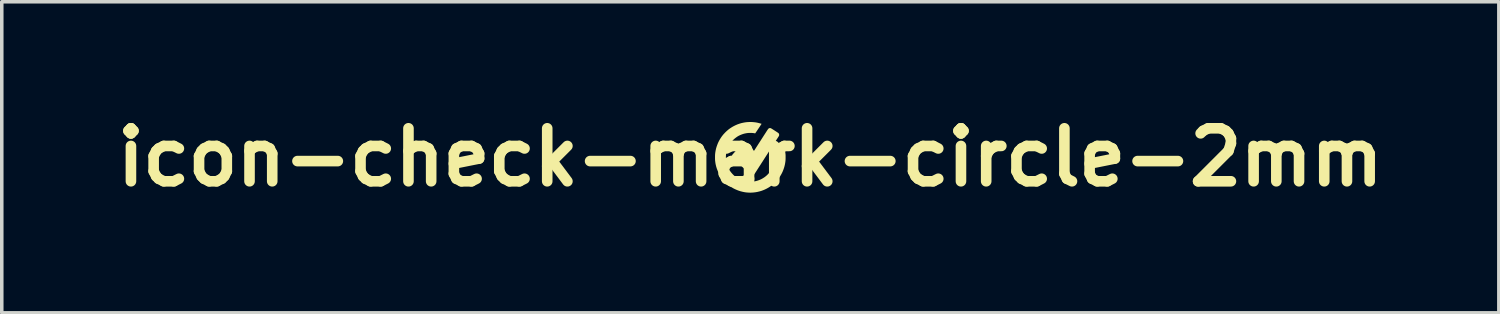
<source format=kicad_pcb>
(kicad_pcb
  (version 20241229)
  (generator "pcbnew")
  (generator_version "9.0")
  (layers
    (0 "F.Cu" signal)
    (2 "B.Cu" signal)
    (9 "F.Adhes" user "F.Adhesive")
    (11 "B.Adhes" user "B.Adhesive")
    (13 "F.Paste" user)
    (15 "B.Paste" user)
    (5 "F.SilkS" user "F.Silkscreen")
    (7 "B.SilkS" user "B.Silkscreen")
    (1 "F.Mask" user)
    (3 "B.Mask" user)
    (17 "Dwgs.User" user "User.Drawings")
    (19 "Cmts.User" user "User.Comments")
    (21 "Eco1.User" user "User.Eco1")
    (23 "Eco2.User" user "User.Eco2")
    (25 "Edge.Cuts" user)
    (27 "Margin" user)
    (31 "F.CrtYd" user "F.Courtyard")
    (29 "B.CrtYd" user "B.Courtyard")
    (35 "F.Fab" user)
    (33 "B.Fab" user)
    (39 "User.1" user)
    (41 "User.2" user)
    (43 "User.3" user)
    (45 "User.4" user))
  (footprint "icon-check-mark-circle-2mm"
    (layer "F.Cu")
    (at 18.193 1.404)
    (property "Reference" "icon-check-mark-circle-2mm" (at 0 0 0) (layer "F.SilkS") (effects (font (size 1.5 1.5) (thickness 0.3))))
    (attr board_only exclude_from_pos_files exclude_from_bom)
    (fp_poly (pts (xy 0.573 -0.826) (xy 0.584 -0.823) (xy 0.587 -0.821) (xy 0.592 -0.818) (xy 0.599 -0.814) (xy 0.608 -0.808) (xy 0.619 -0.802) (xy 0.631 -0.794) (xy 0.644 -0.786) (xy 0.658 -0.777) (xy 0.672 -0.768) (xy 0.687 -0.759) (xy 0.701 -0.749) (xy 0.716 -0.74) (xy 0.73 -0.731) (xy 0.743 -0.722) (xy 0.756 -0.714) (xy 0.767 -0.706) (xy 0.777 -0.7) (xy 0.785 -0.695) (xy 0.791 -0.69) (xy 0.795 -0.687) (xy 0.796 -0.686) (xy 0.805 -0.676) (xy 0.812 -0.663) (xy 0.814 -0.658) (xy 0.816 -0.647) (xy 0.817 -0.636) (xy 0.816 -0.624) (xy 0.814 -0.613) (xy 0.81 -0.604) (xy 0.809 -0.601) (xy 0.807 -0.599) (xy 0.805 -0.595) (xy 0.801 -0.589) (xy 0.795 -0.58) (xy 0.788 -0.57) (xy 0.781 -0.557) (xy 0.771 -0.543) (xy 0.761 -0.527) (xy 0.75 -0.51) (xy 0.738 -0.492) (xy 0.726 -0.472) (xy 0.712 -0.451) (xy 0.699 -0.43) (xy 0.684 -0.407) (xy 0.67 -0.384) (xy 0.655 -0.361) (xy 0.639 -0.337) (xy 0.624 -0.313) (xy 0.609 -0.29) (xy 0.594 -0.266) (xy 0.578 -0.242) (xy 0.564 -0.219) (xy 0.549 -0.197) (xy 0.535 -0.175) (xy 0.522 -0.154) (xy 0.509 -0.134) (xy 0.497 -0.115) (xy 0.485 -0.097) (xy 0.475 -0.081) (xy 0.466 -0.066) (xy 0.465 -0.066) (xy 0.458 -0.054) (xy 0.448 -0.04) (xy 0.438 -0.023) (xy 0.426 -0.005) (xy 0.413 0.015) (xy 0.399 0.037) (xy 0.385 0.06) (xy 0.369 0.083) (xy 0.354 0.108) (xy 0.338 0.133) (xy 0.321 0.158) (xy 0.305 0.184) (xy 0.289 0.209) (xy 0.273 0.234) (xy 0.272 0.234) (xy 0.253 0.264) (xy 0.235 0.292) (xy 0.219 0.317) (xy 0.204 0.34) (xy 0.191 0.361) (xy 0.179 0.38) (xy 0.168 0.397) (xy 0.158 0.412) (xy 0.15 0.425) (xy 0.142 0.437) (xy 0.135 0.447) (xy 0.13 0.456) (xy 0.125 0.464) (xy 0.12 0.47) (xy 0.117 0.475) (xy 0.113 0.48) (xy 0.111 0.484) (xy 0.109 0.486) (xy 0.107 0.489) (xy 0.105 0.491) (xy 0.104 0.492) (xy 0.103 0.493) (xy 0.102 0.494) (xy 0.09 0.503) (xy 0.077 0.509) (xy 0.063 0.512) (xy 0.049 0.512) (xy 0.036 0.51) (xy 0.03 0.508) (xy 0.025 0.506) (xy 0.023 0.505) (xy 0.022 0.505) (xy 0.021 0.504) (xy 0.019 0.503) (xy 0.017 0.501) (xy 0.014 0.498) (xy 0.011 0.496) (xy 0.007 0.492) (xy 0.002 0.488) (xy -0.003 0.482) (xy -0.01 0.476) (xy -0.017 0.469) (xy -0.026 0.461) (xy -0.036 0.452) (xy -0.046 0.442) (xy -0.059 0.431) (xy -0.072 0.418) (xy -0.087 0.404) (xy -0.103 0.389) (xy -0.121 0.372) (xy -0.14 0.354) (xy -0.161 0.334) (xy -0.184 0.312) (xy -0.209 0.288) (xy -0.235 0.263) (xy -0.264 0.236) (xy -0.294 0.207) (xy -0.327 0.176) (xy -0.361 0.144) (xy -0.378 0.128) (xy -0.394 0.112) (xy -0.41 0.097) (xy -0.425 0.083) (xy -0.439 0.07) (xy -0.452 0.058) (xy -0.463 0.047) (xy -0.474 0.037) (xy -0.482 0.029) (xy -0.489 0.022) (xy -0.494 0.017) (xy -0.497 0.014) (xy -0.498 0.014) (xy -0.505 0.007) (xy -0.51 -0.002) (xy -0.512 -0.006) (xy -0.514 -0.011) (xy -0.516 -0.015) (xy -0.517 -0.019) (xy -0.517 -0.023) (xy -0.518 -0.029) (xy -0.518 -0.036) (xy -0.518 -0.041) (xy -0.518 -0.046) (xy -0.517 -0.05) (xy -0.517 -0.053) (xy -0.516 -0.057) (xy -0.514 -0.061) (xy -0.512 -0.065) (xy -0.509 -0.07) (xy -0.505 -0.076) (xy -0.5 -0.083) (xy -0.493 -0.09) (xy -0.486 -0.099) (xy -0.476 -0.11) (xy -0.465 -0.122) (xy -0.453 -0.136) (xy -0.438 -0.152) (xy -0.435 -0.156) (xy -0.422 -0.17) (xy -0.411 -0.183) (xy -0.399 -0.195) (xy -0.389 -0.207) (xy -0.38 -0.217) (xy -0.371 -0.227) (xy -0.365 -0.234) (xy -0.359 -0.24) (xy -0.356 -0.244) (xy -0.354 -0.245) (xy -0.346 -0.252) (xy -0.336 -0.258) (xy -0.336 -0.258) (xy -0.33 -0.261) (xy -0.325 -0.263) (xy -0.319 -0.264) (xy -0.312 -0.264) (xy -0.309 -0.264) (xy -0.296 -0.264) (xy -0.283 -0.261) (xy -0.272 -0.256) (xy -0.269 -0.255) (xy -0.268 -0.253) (xy -0.264 -0.25) (xy -0.258 -0.244) (xy -0.25 -0.237) (xy -0.241 -0.229) (xy -0.23 -0.219) (xy -0.217 -0.208) (xy -0.204 -0.196) (xy -0.189 -0.182) (xy -0.174 -0.168) (xy -0.157 -0.153) (xy -0.141 -0.138) (xy -0.134 -0.132) (xy -0.004 -0.012) (xy 0.002 -0.021) (xy 0.003 -0.024) (xy 0.006 -0.029) (xy 0.011 -0.036) (xy 0.017 -0.045) (xy 0.024 -0.056) (xy 0.032 -0.068) (xy 0.041 -0.082) (xy 0.05 -0.097) (xy 0.06 -0.113) (xy 0.071 -0.129) (xy 0.076 -0.138) (xy 0.084 -0.15) (xy 0.094 -0.165) (xy 0.104 -0.181) (xy 0.116 -0.2) (xy 0.13 -0.221) (xy 0.144 -0.243) (xy 0.159 -0.267) (xy 0.175 -0.292) (xy 0.192 -0.318) (xy 0.209 -0.345) (xy 0.227 -0.373) (xy 0.245 -0.401) (xy 0.264 -0.43) (xy 0.282 -0.458) (xy 0.301 -0.487) (xy 0.319 -0.516) (xy 0.323 -0.522) (xy 0.345 -0.556) (xy 0.365 -0.587) (xy 0.383 -0.616) (xy 0.4 -0.642) (xy 0.416 -0.666) (xy 0.43 -0.688) (xy 0.443 -0.708) (xy 0.454 -0.726) (xy 0.464 -0.741) (xy 0.473 -0.755) (xy 0.481 -0.767) (xy 0.488 -0.778) (xy 0.494 -0.786) (xy 0.499 -0.793) (xy 0.503 -0.799) (xy 0.506 -0.803) (xy 0.508 -0.806) (xy 0.509 -0.808) (xy 0.52 -0.816) (xy 0.532 -0.823) (xy 0.546 -0.827) (xy 0.559 -0.828)) (stroke (width 0) (type solid)) (fill yes) (layer "F.SilkS"))
    (fp_poly (pts (xy 0.069 -0.998) (xy 0.125 -0.992) (xy 0.145 -0.99) (xy 0.162 -0.987) (xy 0.181 -0.984) (xy 0.201 -0.98) (xy 0.221 -0.975) (xy 0.238 -0.971) (xy 0.248 -0.969) (xy 0.258 -0.966) (xy 0.269 -0.963) (xy 0.28 -0.96) (xy 0.29 -0.957) (xy 0.3 -0.954) (xy 0.308 -0.952) (xy 0.314 -0.95) (xy 0.318 -0.949) (xy 0.319 -0.948) (xy 0.318 -0.947) (xy 0.316 -0.943) (xy 0.312 -0.937) (xy 0.307 -0.929) (xy 0.301 -0.92) (xy 0.293 -0.909) (xy 0.285 -0.896) (xy 0.276 -0.883) (xy 0.267 -0.868) (xy 0.257 -0.853) (xy 0.246 -0.838) (xy 0.236 -0.822) (xy 0.225 -0.806) (xy 0.214 -0.79) (xy 0.204 -0.774) (xy 0.194 -0.759) (xy 0.184 -0.744) (xy 0.175 -0.731) (xy 0.166 -0.718) (xy 0.159 -0.707) (xy 0.152 -0.698) (xy 0.147 -0.69) (xy 0.143 -0.684) (xy 0.14 -0.68) (xy 0.139 -0.679) (xy 0.138 -0.679) (xy 0.133 -0.679) (xy 0.127 -0.68) (xy 0.12 -0.681) (xy 0.115 -0.682) (xy 0.095 -0.685) (xy 0.077 -0.688) (xy 0.059 -0.689) (xy 0.041 -0.69) (xy 0.021 -0.691) (xy 0 -0.691) (xy -0.022 -0.691) (xy -0.042 -0.69) (xy -0.06 -0.689) (xy -0.078 -0.687) (xy -0.097 -0.685) (xy -0.115 -0.682) (xy -0.16 -0.673) (xy -0.204 -0.661) (xy -0.246 -0.646) (xy -0.288 -0.629) (xy -0.329 -0.609) (xy -0.368 -0.586) (xy -0.405 -0.56) (xy -0.441 -0.532) (xy -0.475 -0.502) (xy -0.508 -0.469) (xy -0.538 -0.434) (xy -0.542 -0.429) (xy -0.569 -0.393) (xy -0.594 -0.355) (xy -0.616 -0.315) (xy -0.635 -0.274) (xy -0.652 -0.232) (xy -0.665 -0.189) (xy -0.676 -0.145) (xy -0.682 -0.115) (xy -0.685 -0.096) (xy -0.687 -0.08) (xy -0.689 -0.064) (xy -0.69 -0.048) (xy -0.691 -0.031) (xy -0.691 -0.012) (xy -0.691 0) (xy -0.691 0.02) (xy -0.691 0.038) (xy -0.69 0.055) (xy -0.688 0.07) (xy -0.686 0.087) (xy -0.684 0.104) (xy -0.682 0.115) (xy -0.673 0.16) (xy -0.661 0.204) (xy -0.646 0.246) (xy -0.629 0.288) (xy -0.609 0.329) (xy -0.586 0.368) (xy -0.56 0.405) (xy -0.532 0.441) (xy -0.502 0.475) (xy -0.469 0.508) (xy -0.435 0.538) (xy -0.429 0.542) (xy -0.393 0.569) (xy -0.355 0.594) (xy -0.315 0.616) (xy -0.274 0.635) (xy -0.232 0.652) (xy -0.189 0.665) (xy -0.145 0.676) (xy -0.115 0.682) (xy -0.095 0.685) (xy -0.076 0.688) (xy -0.058 0.689) (xy -0.04 0.69) (xy -0.02 0.691) (xy 0 0.691) (xy 0.022 0.691) (xy 0.042 0.69) (xy 0.06 0.689) (xy 0.078 0.687) (xy 0.097 0.685) (xy 0.115 0.682) (xy 0.159 0.673) (xy 0.203 0.661) (xy 0.246 0.646) (xy 0.288 0.629) (xy 0.328 0.609) (xy 0.367 0.586) (xy 0.405 0.561) (xy 0.441 0.533) (xy 0.475 0.503) (xy 0.507 0.47) (xy 0.537 0.436) (xy 0.552 0.417) (xy 0.578 0.379) (xy 0.602 0.34) (xy 0.623 0.3) (xy 0.642 0.258) (xy 0.657 0.215) (xy 0.67 0.171) (xy 0.68 0.126) (xy 0.682 0.115) (xy 0.684 0.1) (xy 0.687 0.083) (xy 0.689 0.065) (xy 0.69 0.046) (xy 0.692 0.028) (xy 0.692 0.026) (xy 0.693 0.009) (xy 0.816 -0.163) (xy 0.831 -0.184) (xy 0.845 -0.204) (xy 0.859 -0.223) (xy 0.872 -0.241) (xy 0.884 -0.258) (xy 0.896 -0.274) (xy 0.906 -0.288) (xy 0.915 -0.3) (xy 0.923 -0.311) (xy 0.93 -0.321) (xy 0.935 -0.328) (xy 0.939 -0.333) (xy 0.941 -0.336) (xy 0.941 -0.336) (xy 0.942 -0.335) (xy 0.944 -0.33) (xy 0.947 -0.324) (xy 0.949 -0.316) (xy 0.953 -0.306) (xy 0.956 -0.295) (xy 0.959 -0.283) (xy 0.963 -0.271) (xy 0.966 -0.258) (xy 0.969 -0.249) (xy 0.975 -0.223) (xy 0.981 -0.196) (xy 0.986 -0.17) (xy 0.99 -0.143) (xy 0.994 -0.114) (xy 0.996 -0.097) (xy 0.997 -0.089) (xy 0.997 -0.081) (xy 0.998 -0.073) (xy 0.998 -0.065) (xy 0.999 -0.057) (xy 0.999 -0.047) (xy 0.999 -0.036) (xy 0.999 -0.022) (xy 0.999 -0.007) (xy 0.999 0) (xy 0.999 0.02) (xy 0.999 0.038) (xy 0.998 0.055) (xy 0.998 0.069) (xy 0.997 0.083) (xy 0.996 0.096) (xy 0.994 0.11) (xy 0.993 0.125) (xy 0.99 0.141) (xy 0.99 0.145) (xy 0.981 0.197) (xy 0.969 0.25) (xy 0.954 0.301) (xy 0.936 0.352) (xy 0.916 0.403) (xy 0.893 0.451) (xy 0.867 0.499) (xy 0.839 0.545) (xy 0.809 0.589) (xy 0.8 0.601) (xy 0.786 0.619) (xy 0.772 0.636) (xy 0.759 0.652) (xy 0.745 0.667) (xy 0.73 0.683) (xy 0.714 0.7) (xy 0.707 0.707) (xy 0.689 0.724) (xy 0.673 0.74) (xy 0.657 0.754) (xy 0.642 0.768) (xy 0.626 0.781) (xy 0.608 0.794) (xy 0.601 0.8) (xy 0.557 0.831) (xy 0.511 0.86) (xy 0.464 0.886) (xy 0.415 0.91) (xy 0.365 0.931) (xy 0.314 0.95) (xy 0.261 0.965) (xy 0.208 0.978) (xy 0.155 0.988) (xy 0.1 0.995) (xy 0.062 0.998) (xy 0.052 0.999) (xy 0.039 0.999) (xy 0.024 1) (xy 0.009 1) (xy -0.007 1) (xy -0.023 1) (xy -0.038 0.999) (xy -0.052 0.999) (xy -0.063 0.999) (xy -0.066 0.998) (xy -0.118 0.994) (xy -0.17 0.986) (xy -0.222 0.975) (xy -0.274 0.962) (xy -0.325 0.946) (xy -0.375 0.927) (xy -0.423 0.906) (xy -0.435 0.901) (xy -0.48 0.878) (xy -0.523 0.853) (xy -0.563 0.827) (xy -0.602 0.799) (xy -0.64 0.769) (xy -0.677 0.736) (xy -0.707 0.707) (xy -0.724 0.689) (xy -0.74 0.673) (xy -0.754 0.657) (xy -0.768 0.642) (xy -0.781 0.626) (xy -0.794 0.608) (xy -0.8 0.601) (xy -0.83 0.558) (xy -0.859 0.513) (xy -0.885 0.466) (xy -0.909 0.417) (xy -0.93 0.367) (xy -0.949 0.317) (xy -0.965 0.265) (xy -0.978 0.213) (xy -0.988 0.16) (xy -0.99 0.145) (xy -0.992 0.128) (xy -0.994 0.113) (xy -0.996 0.099) (xy -0.997 0.086) (xy -0.998 0.072) (xy -0.998 0.058) (xy -0.999 0.042) (xy -0.999 0.025) (xy -0.999 0.005) (xy -0.999 0) (xy -0.999 -0.02) (xy -0.999 -0.038) (xy -0.998 -0.055) (xy -0.998 -0.069) (xy -0.997 -0.083) (xy -0.996 -0.096) (xy -0.994 -0.11) (xy -0.993 -0.125) (xy -0.99 -0.141) (xy -0.99 -0.145) (xy -0.981 -0.197) (xy -0.969 -0.25) (xy -0.954 -0.301) (xy -0.936 -0.352) (xy -0.916 -0.403) (xy -0.893 -0.451) (xy -0.867 -0.499) (xy -0.839 -0.545) (xy -0.809 -0.589) (xy -0.8 -0.601) (xy -0.786 -0.619) (xy -0.772 -0.636) (xy -0.759 -0.652) (xy -0.745 -0.667) (xy -0.73 -0.683) (xy -0.714 -0.7) (xy -0.707 -0.707) (xy -0.678 -0.735) (xy -0.649 -0.761) (xy -0.621 -0.785) (xy -0.592 -0.807) (xy -0.561 -0.828) (xy -0.558 -0.83) (xy -0.511 -0.86) (xy -0.462 -0.887) (xy -0.413 -0.911) (xy -0.362 -0.933) (xy -0.31 -0.951) (xy -0.258 -0.967) (xy -0.205 -0.979) (xy -0.151 -0.989) (xy -0.096 -0.996) (xy -0.041 -0.999) (xy 0.014 -1)) (stroke (width 0) (type solid)) (fill yes) (layer "F.SilkS")))
  (gr_rect
    (start -3 -3)
    (end 39.386 5.808)
    (stroke (width 0.1) (type default))
    (fill no)
    (layer "Edge.Cuts")))
</source>
